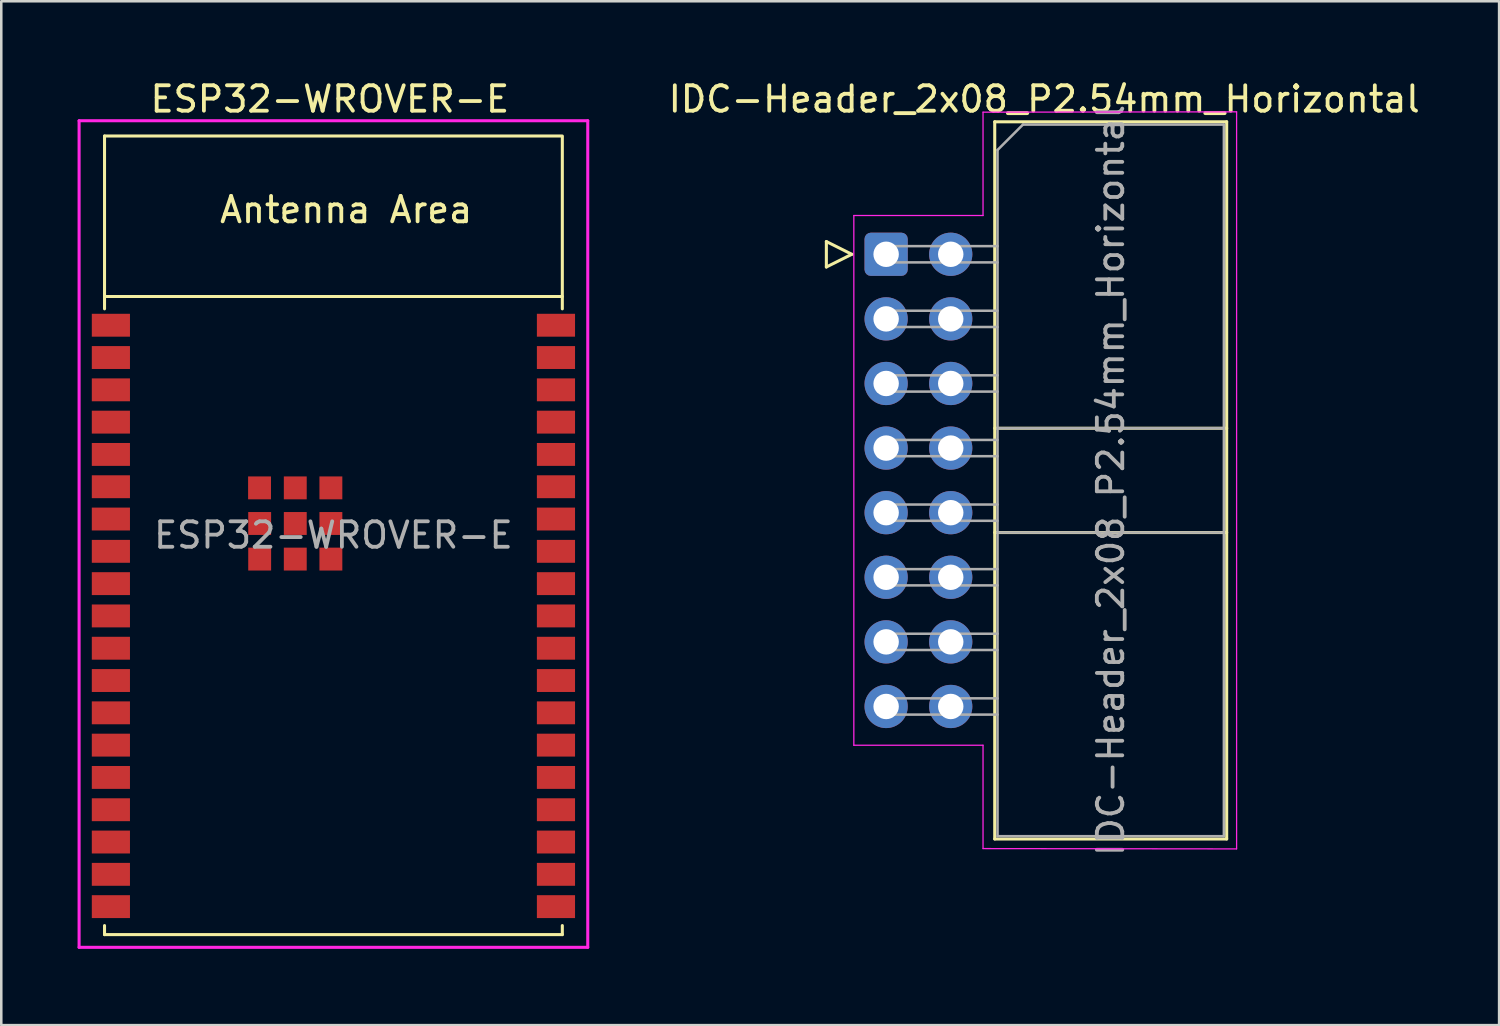
<source format=kicad_pcb>
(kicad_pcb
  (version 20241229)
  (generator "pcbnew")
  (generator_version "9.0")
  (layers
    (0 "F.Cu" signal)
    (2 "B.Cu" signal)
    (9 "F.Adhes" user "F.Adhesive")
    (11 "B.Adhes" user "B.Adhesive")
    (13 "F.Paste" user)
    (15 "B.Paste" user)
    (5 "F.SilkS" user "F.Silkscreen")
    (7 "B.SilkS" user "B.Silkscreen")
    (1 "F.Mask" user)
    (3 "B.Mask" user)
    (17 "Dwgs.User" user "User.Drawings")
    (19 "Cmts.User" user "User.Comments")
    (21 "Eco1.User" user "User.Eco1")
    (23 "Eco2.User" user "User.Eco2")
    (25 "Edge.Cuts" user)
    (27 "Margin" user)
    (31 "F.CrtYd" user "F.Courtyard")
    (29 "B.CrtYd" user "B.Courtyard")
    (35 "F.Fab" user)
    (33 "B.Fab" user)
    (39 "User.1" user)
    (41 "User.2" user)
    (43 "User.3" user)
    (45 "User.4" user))
  (footprint "ESP32-WROVER-E"
    (layer "F.Cu")
    (at 10.06 17.993)
    (property "Reference" "ESP32-WROVER-E" (at -0.14 -17.145 0) (layer "F.SilkS") (effects (font (size 1 1) (thickness 0.15))))
    (attr smd)
    (fp_line (start -9 -15.695) (end -9 -8.9) (stroke (width 0.12) (type solid)) (layer "F.SilkS"))
    (fp_line (start -9 -9.385) (end 9 -9.385) (stroke (width 0.12) (type solid)) (layer "F.SilkS"))
    (fp_line (start -9 15.705) (end -9 15.35) (stroke (width 0.12) (type solid)) (layer "F.SilkS"))
    (fp_line (start -9 15.705) (end 9 15.705) (stroke (width 0.12) (type solid)) (layer "F.SilkS"))
    (fp_line (start 9 -15.695) (end -9 -15.695) (stroke (width 0.12) (type solid)) (layer "F.SilkS"))
    (fp_line (start 9 -15.65) (end 9 -8.9) (stroke (width 0.12) (type solid)) (layer "F.SilkS"))
    (fp_line (start 9 15.705) (end 9 15.35) (stroke (width 0.12) (type solid)) (layer "F.SilkS"))
    (fp_line (start -9 -15.695) (end -9 15.705) (stroke (width 0.12) (type solid)) (layer "Eco2.User"))
    (fp_line (start -9 -9.385) (end 9 -9.385) (stroke (width 0.12) (type solid)) (layer "Eco2.User"))
    (fp_line (start -9 15.705) (end 9 15.705) (stroke (width 0.12) (type solid)) (layer "Eco2.User"))
    (fp_line (start 9 -15.695) (end -9 -15.695) (stroke (width 0.12) (type solid)) (layer "Eco2.User"))
    (fp_line (start 9 15.705) (end 9 -15.695) (stroke (width 0.12) (type solid)) (layer "Eco2.User"))
    (fp_line (start -10 -16.295) (end 10 -16.295) (stroke (width 0.12) (type solid)) (layer "F.CrtYd"))
    (fp_line (start -10 16.205) (end -10 -16.295) (stroke (width 0.12) (type solid)) (layer "F.CrtYd"))
    (fp_line (start 10 -16.295) (end 10 16.205) (stroke (width 0.12) (type solid)) (layer "F.CrtYd"))
    (fp_line (start 10 16.205) (end -10 16.205) (stroke (width 0.12) (type solid)) (layer "F.CrtYd"))
    (fp_text user "Antenna Area" (at 0.5 -12.795 0) (unlocked yes) (layer "F.SilkS") (effects (font (size 1 1) (thickness 0.15))))
    (fp_text user "${REFERENCE}" (at 0 0 0) (layer "F.Fab") (effects (font (size 1 1) (thickness 0.15))))
    (pad "1" smd rect (at -8.75 -8.255) (size 1.5 0.9) (layers "F.Cu" "F.Mask" "F.Paste"))
    (pad "2" smd rect (at -8.75 -6.985) (size 1.5 0.9) (layers "F.Cu" "F.Mask" "F.Paste"))
    (pad "3" smd rect (at -8.75 -5.715) (size 1.5 0.9) (layers "F.Cu" "F.Mask" "F.Paste"))
    (pad "4" smd rect (at -8.75 -4.445) (size 1.5 0.9) (layers "F.Cu" "F.Mask" "F.Paste"))
    (pad "5" smd rect (at -8.75 -3.175) (size 1.5 0.9) (layers "F.Cu" "F.Mask" "F.Paste"))
    (pad "6" smd rect (at -8.75 -1.905) (size 1.5 0.9) (layers "F.Cu" "F.Mask" "F.Paste"))
    (pad "7" smd rect (at -8.75 -0.635) (size 1.5 0.9) (layers "F.Cu" "F.Mask" "F.Paste"))
    (pad "8" smd rect (at -8.75 0.635) (size 1.5 0.9) (layers "F.Cu" "F.Mask" "F.Paste"))
    (pad "9" smd rect (at -8.75 1.905) (size 1.5 0.9) (layers "F.Cu" "F.Mask" "F.Paste"))
    (pad "10" smd rect (at -8.75 3.175) (size 1.5 0.9) (layers "F.Cu" "F.Mask" "F.Paste"))
    (pad "11" smd rect (at -8.75 4.445) (size 1.5 0.9) (layers "F.Cu" "F.Mask" "F.Paste"))
    (pad "12" smd rect (at -8.75 5.715) (size 1.5 0.9) (layers "F.Cu" "F.Mask" "F.Paste"))
    (pad "13" smd rect (at -8.75 6.985) (size 1.5 0.9) (layers "F.Cu" "F.Mask" "F.Paste"))
    (pad "14" smd rect (at -8.75 8.255) (size 1.5 0.9) (layers "F.Cu" "F.Mask" "F.Paste"))
    (pad "15" smd rect (at -8.75 9.525) (size 1.5 0.9) (layers "F.Cu" "F.Mask" "F.Paste"))
    (pad "16" smd rect (at -8.75 10.795) (size 1.5 0.9) (layers "F.Cu" "F.Mask" "F.Paste"))
    (pad "17" smd rect (at -8.75 12.065) (size 1.5 0.9) (layers "F.Cu" "F.Mask" "F.Paste"))
    (pad "18" smd rect (at -8.75 13.335) (size 1.5 0.9) (layers "F.Cu" "F.Mask" "F.Paste"))
    (pad "19" smd rect (at -8.75 14.605) (size 1.5 0.9) (layers "F.Cu" "F.Mask" "F.Paste"))
    (pad "20" smd rect (at 8.75 14.605) (size 1.5 0.9) (layers "F.Cu" "F.Mask" "F.Paste"))
    (pad "21" smd rect (at 8.75 13.335) (size 1.5 0.9) (layers "F.Cu" "F.Mask" "F.Paste"))
    (pad "22" smd rect (at 8.75 12.065) (size 1.5 0.9) (layers "F.Cu" "F.Mask" "F.Paste"))
    (pad "23" smd rect (at 8.75 10.795) (size 1.5 0.9) (layers "F.Cu" "F.Mask" "F.Paste"))
    (pad "24" smd rect (at 8.75 9.525) (size 1.5 0.9) (layers "F.Cu" "F.Mask" "F.Paste"))
    (pad "25" smd rect (at 8.75 8.255) (size 1.5 0.9) (layers "F.Cu" "F.Mask" "F.Paste"))
    (pad "26" smd rect (at 8.75 6.985) (size 1.5 0.9) (layers "F.Cu" "F.Mask" "F.Paste"))
    (pad "27" smd rect (at 8.75 5.715) (size 1.5 0.9) (layers "F.Cu" "F.Mask" "F.Paste"))
    (pad "28" smd rect (at 8.75 4.445) (size 1.5 0.9) (layers "F.Cu" "F.Mask" "F.Paste"))
    (pad "29" smd rect (at 8.75 3.175) (size 1.5 0.9) (layers "F.Cu" "F.Mask" "F.Paste"))
    (pad "30" smd rect (at 8.75 1.905) (size 1.5 0.9) (layers "F.Cu" "F.Mask" "F.Paste"))
    (pad "31" smd rect (at 8.75 0.635) (size 1.5 0.9) (layers "F.Cu" "F.Mask" "F.Paste"))
    (pad "32" smd rect (at 8.75 -0.635) (size 1.5 0.9) (layers "F.Cu" "F.Mask" "F.Paste"))
    (pad "33" smd rect (at 8.75 -1.905) (size 1.5 0.9) (layers "F.Cu" "F.Mask" "F.Paste"))
    (pad "34" smd rect (at 8.75 -3.175) (size 1.5 0.9) (layers "F.Cu" "F.Mask" "F.Paste"))
    (pad "35" smd rect (at 8.75 -4.445) (size 1.5 0.9) (layers "F.Cu" "F.Mask" "F.Paste"))
    (pad "36" smd rect (at 8.75 -5.715) (size 1.5 0.9) (layers "F.Cu" "F.Mask" "F.Paste"))
    (pad "37" smd rect (at 8.75 -6.985) (size 1.5 0.9) (layers "F.Cu" "F.Mask" "F.Paste"))
    (pad "38" smd rect (at 8.75 -8.255) (size 1.5 0.9) (layers "F.Cu" "F.Mask" "F.Paste"))
    (pad "39" smd rect (at -2.905 -1.86) (size 0.9 0.9) (layers "F.Cu" "F.Mask" "F.Paste"))
    (pad "39" smd rect (at -2.9 -0.46) (size 0.9 0.9) (layers "F.Cu" "F.Mask" "F.Paste"))
    (pad "39" smd rect (at -2.9 0.94) (size 0.9 0.9) (layers "F.Cu" "F.Mask" "F.Paste"))
    (pad "39" smd rect (at -1.5 -1.86) (size 0.9 0.9) (layers "F.Cu" "F.Mask" "F.Paste"))
    (pad "39" smd rect (at -1.5 -0.46) (size 0.9 0.9) (layers "F.Cu" "F.Mask" "F.Paste"))
    (pad "39" smd rect (at -1.5 0.94) (size 0.9 0.9) (layers "F.Cu" "F.Mask" "F.Paste"))
    (pad "39" smd rect (at -0.1 -1.86) (size 0.9 0.9) (layers "F.Cu" "F.Mask" "F.Paste"))
    (pad "39" smd rect (at -0.1 -0.46) (size 0.9 0.9) (layers "F.Cu" "F.Mask" "F.Paste"))
    (pad "39" smd rect (at -0.1 0.94) (size 0.9 0.9) (layers "F.Cu" "F.Mask" "F.Paste"))
    (zone (net_name "") (layers "F.Cu" "B.Cu") (name "antenna keepout") (hatch edge 0.508) (connect_pads) (min_thickness 0.254) (filled_areas_thickness no) (keepout (tracks not_allowed) (vias not_allowed) (pads not_allowed) (copperpour not_allowed) (footprints not_allowed)) (placement (enabled no)) (fill) (polygon (pts (xy 19.06 8.598) (xy 1.06 8.598) (xy 1.06 2.298) (xy 19.06 2.298)))))
  (footprint "IDC-Header_2x08_P2.54mm_Horizontal"
    (layer "F.Cu")
    (at 31.792 6.948)
    (property "Reference" "IDC-Header_2x08_P2.54mm_Horizontal" (at 6.215 -6.1 0) (layer "F.SilkS") (effects (font (size 1 1) (thickness 0.15))))
    (attr through_hole)
    (fp_line (start -2.35 -0.5) (end -2.35 0.5) (stroke (width 0.12) (type solid)) (layer "F.SilkS"))
    (fp_line (start -2.35 0.5) (end -1.35 0) (stroke (width 0.12) (type solid)) (layer "F.SilkS"))
    (fp_line (start -1.35 0) (end -2.35 -0.5) (stroke (width 0.12) (type solid)) (layer "F.SilkS"))
    (fp_line (start 4.27 -5.21) (end 13.39 -5.21) (stroke (width 0.12) (type solid)) (layer "F.SilkS"))
    (fp_line (start 4.27 6.84) (end 13.39 6.84) (stroke (width 0.12) (type solid)) (layer "F.SilkS"))
    (fp_line (start 4.27 10.94) (end 13.39 10.94) (stroke (width 0.12) (type solid)) (layer "F.SilkS"))
    (fp_line (start 4.27 22.99) (end 4.27 -5.21) (stroke (width 0.12) (type solid)) (layer "F.SilkS"))
    (fp_line (start 13.39 -5.21) (end 13.39 22.99) (stroke (width 0.12) (type solid)) (layer "F.SilkS"))
    (fp_line (start 13.39 22.99) (end 4.27 22.99) (stroke (width 0.12) (type solid)) (layer "F.SilkS"))
    (fp_line (start -1.27 -1.524) (end -1.27 19.304) (stroke (width 0.05) (type solid)) (layer "F.CrtYd"))
    (fp_line (start 3.81 -5.588) (end 3.81 -1.524) (stroke (width 0.05) (type default)) (layer "F.CrtYd"))
    (fp_line (start 3.81 -5.588) (end 13.78 -5.6) (stroke (width 0.05) (type default)) (layer "F.CrtYd"))
    (fp_line (start 3.81 -1.524) (end -1.27 -1.524) (stroke (width 0.05) (type default)) (layer "F.CrtYd"))
    (fp_line (start 3.81 19.304) (end -1.27 19.304) (stroke (width 0.05) (type default)) (layer "F.CrtYd"))
    (fp_line (start 3.81 23.368) (end 3.81 19.304) (stroke (width 0.05) (type default)) (layer "F.CrtYd"))
    (fp_line (start 3.81 23.368) (end 13.78 23.38) (stroke (width 0.05) (type solid)) (layer "F.CrtYd"))
    (fp_line (start 13.78 23.38) (end 13.78 -5.6) (stroke (width 0.05) (type solid)) (layer "F.CrtYd"))
    (fp_line (start -0.32 -0.32) (end -0.32 0.32) (stroke (width 0.1) (type solid)) (layer "F.Fab"))
    (fp_line (start -0.32 0.32) (end 4.38 0.32) (stroke (width 0.1) (type solid)) (layer "F.Fab"))
    (fp_line (start -0.32 2.22) (end -0.32 2.86) (stroke (width 0.1) (type solid)) (layer "F.Fab"))
    (fp_line (start -0.32 2.86) (end 4.38 2.86) (stroke (width 0.1) (type solid)) (layer "F.Fab"))
    (fp_line (start -0.32 4.76) (end -0.32 5.4) (stroke (width 0.1) (type solid)) (layer "F.Fab"))
    (fp_line (start -0.32 5.4) (end 4.38 5.4) (stroke (width 0.1) (type solid)) (layer "F.Fab"))
    (fp_line (start -0.32 7.3) (end -0.32 7.94) (stroke (width 0.1) (type solid)) (layer "F.Fab"))
    (fp_line (start -0.32 7.94) (end 4.38 7.94) (stroke (width 0.1) (type solid)) (layer "F.Fab"))
    (fp_line (start -0.32 9.84) (end -0.32 10.48) (stroke (width 0.1) (type solid)) (layer "F.Fab"))
    (fp_line (start -0.32 10.48) (end 4.38 10.48) (stroke (width 0.1) (type solid)) (layer "F.Fab"))
    (fp_line (start -0.32 12.38) (end -0.32 13.02) (stroke (width 0.1) (type solid)) (layer "F.Fab"))
    (fp_line (start -0.32 13.02) (end 4.38 13.02) (stroke (width 0.1) (type solid)) (layer "F.Fab"))
    (fp_line (start -0.32 14.92) (end -0.32 15.56) (stroke (width 0.1) (type solid)) (layer "F.Fab"))
    (fp_line (start -0.32 15.56) (end 4.38 15.56) (stroke (width 0.1) (type solid)) (layer "F.Fab"))
    (fp_line (start -0.32 17.46) (end -0.32 18.1) (stroke (width 0.1) (type solid)) (layer "F.Fab"))
    (fp_line (start -0.32 18.1) (end 4.38 18.1) (stroke (width 0.1) (type solid)) (layer "F.Fab"))
    (fp_line (start 4.38 -4.1) (end 5.38 -5.1) (stroke (width 0.1) (type solid)) (layer "F.Fab"))
    (fp_line (start 4.38 -0.32) (end -0.32 -0.32) (stroke (width 0.1) (type solid)) (layer "F.Fab"))
    (fp_line (start 4.38 2.22) (end -0.32 2.22) (stroke (width 0.1) (type solid)) (layer "F.Fab"))
    (fp_line (start 4.38 4.76) (end -0.32 4.76) (stroke (width 0.1) (type solid)) (layer "F.Fab"))
    (fp_line (start 4.38 6.84) (end 13.28 6.84) (stroke (width 0.1) (type solid)) (layer "F.Fab"))
    (fp_line (start 4.38 7.3) (end -0.32 7.3) (stroke (width 0.1) (type solid)) (layer "F.Fab"))
    (fp_line (start 4.38 9.84) (end -0.32 9.84) (stroke (width 0.1) (type solid)) (layer "F.Fab"))
    (fp_line (start 4.38 10.94) (end 13.28 10.94) (stroke (width 0.1) (type solid)) (layer "F.Fab"))
    (fp_line (start 4.38 12.38) (end -0.32 12.38) (stroke (width 0.1) (type solid)) (layer "F.Fab"))
    (fp_line (start 4.38 14.92) (end -0.32 14.92) (stroke (width 0.1) (type solid)) (layer "F.Fab"))
    (fp_line (start 4.38 17.46) (end -0.32 17.46) (stroke (width 0.1) (type solid)) (layer "F.Fab"))
    (fp_line (start 4.38 22.88) (end 4.38 -4.1) (stroke (width 0.1) (type solid)) (layer "F.Fab"))
    (fp_line (start 5.38 -5.1) (end 13.28 -5.1) (stroke (width 0.1) (type solid)) (layer "F.Fab"))
    (fp_line (start 13.28 -5.1) (end 13.28 22.88) (stroke (width 0.1) (type solid)) (layer "F.Fab"))
    (fp_line (start 13.28 22.88) (end 4.38 22.88) (stroke (width 0.1) (type solid)) (layer "F.Fab"))
    (fp_text user "${REFERENCE}" (at 8.83 8.89 90) (layer "F.Fab") (effects (font (size 1 1) (thickness 0.15))))
    (pad "1" thru_hole roundrect (at 0 0) (size 1.7 1.7) (drill 1) (layers "*.Cu" "*.Mask") (roundrect_rratio 0.147))
    (pad "2" thru_hole circle (at 2.54 0) (size 1.7 1.7) (drill 1) (layers "*.Cu" "*.Mask"))
    (pad "3" thru_hole circle (at 0 2.54) (size 1.7 1.7) (drill 1) (layers "*.Cu" "*.Mask"))
    (pad "4" thru_hole circle (at 2.54 2.54) (size 1.7 1.7) (drill 1) (layers "*.Cu" "*.Mask"))
    (pad "5" thru_hole circle (at 0 5.08) (size 1.7 1.7) (drill 1) (layers "*.Cu" "*.Mask"))
    (pad "6" thru_hole circle (at 2.54 5.08) (size 1.7 1.7) (drill 1) (layers "*.Cu" "*.Mask"))
    (pad "7" thru_hole circle (at 0 7.62) (size 1.7 1.7) (drill 1) (layers "*.Cu" "*.Mask"))
    (pad "8" thru_hole circle (at 2.54 7.62) (size 1.7 1.7) (drill 1) (layers "*.Cu" "*.Mask"))
    (pad "9" thru_hole circle (at 0 10.16) (size 1.7 1.7) (drill 1) (layers "*.Cu" "*.Mask"))
    (pad "10" thru_hole circle (at 2.54 10.16) (size 1.7 1.7) (drill 1) (layers "*.Cu" "*.Mask"))
    (pad "11" thru_hole circle (at 0 12.7) (size 1.7 1.7) (drill 1) (layers "*.Cu" "*.Mask"))
    (pad "12" thru_hole circle (at 2.54 12.7) (size 1.7 1.7) (drill 1) (layers "*.Cu" "*.Mask"))
    (pad "13" thru_hole circle (at 0 15.24) (size 1.7 1.7) (drill 1) (layers "*.Cu" "*.Mask"))
    (pad "14" thru_hole circle (at 2.54 15.24) (size 1.7 1.7) (drill 1) (layers "*.Cu" "*.Mask"))
    (pad "15" thru_hole circle (at 0 17.78) (size 1.7 1.7) (drill 1) (layers "*.Cu" "*.Mask"))
    (pad "16" thru_hole circle (at 2.54 17.78) (size 1.7 1.7) (drill 1) (layers "*.Cu" "*.Mask")))
  (gr_rect
    (start -3 -3)
    (end 55.894 37.258)
    (stroke (width 0.1) (type default))
    (fill no)
    (layer "Edge.Cuts")))
</source>
